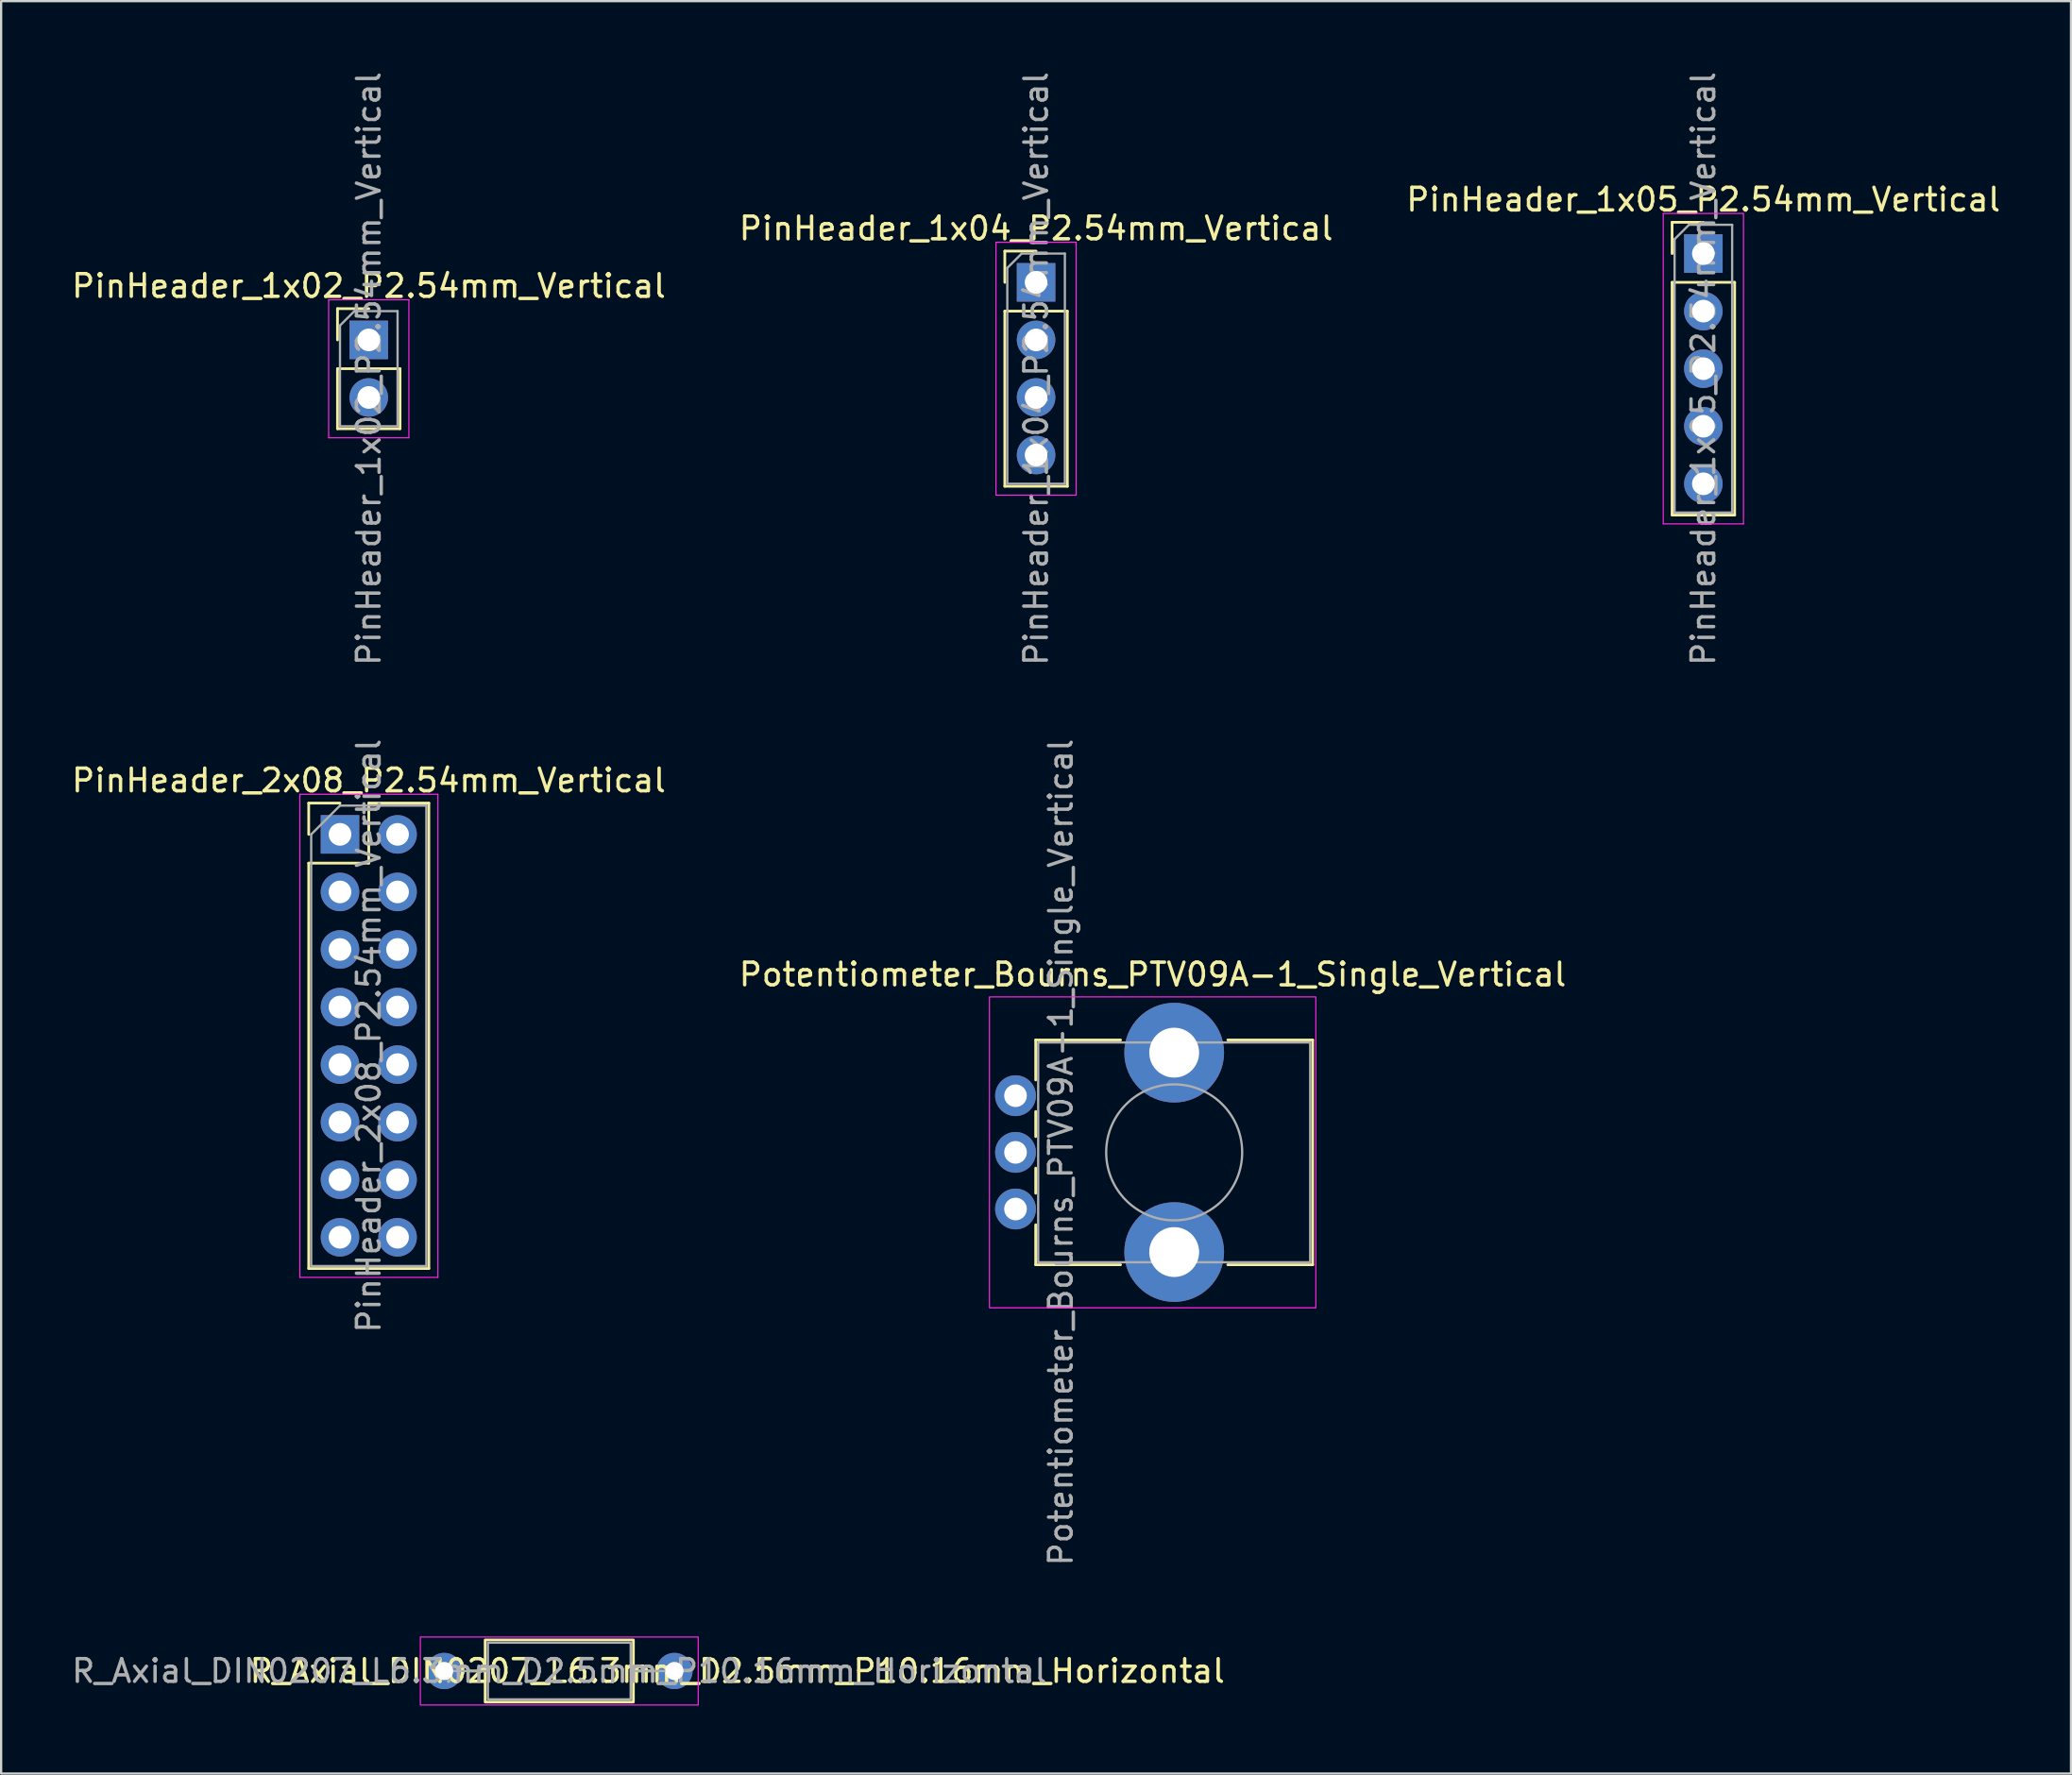
<source format=kicad_pcb>
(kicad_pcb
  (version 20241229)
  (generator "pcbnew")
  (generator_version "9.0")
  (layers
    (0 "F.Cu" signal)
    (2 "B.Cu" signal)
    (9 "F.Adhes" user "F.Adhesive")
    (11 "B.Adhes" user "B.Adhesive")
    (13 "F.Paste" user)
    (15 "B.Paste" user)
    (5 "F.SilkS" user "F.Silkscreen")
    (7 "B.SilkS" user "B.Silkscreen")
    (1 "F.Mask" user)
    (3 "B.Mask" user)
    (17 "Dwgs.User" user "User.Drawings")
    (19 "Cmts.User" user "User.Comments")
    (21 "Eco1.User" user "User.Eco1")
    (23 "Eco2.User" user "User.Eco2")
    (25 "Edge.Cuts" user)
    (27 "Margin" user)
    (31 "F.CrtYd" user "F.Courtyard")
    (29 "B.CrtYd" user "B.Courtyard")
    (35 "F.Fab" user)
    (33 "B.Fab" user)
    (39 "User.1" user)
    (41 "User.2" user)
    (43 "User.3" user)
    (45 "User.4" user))
  (footprint "Potentiometer_Bourns_PTV09A-1_Single_Vertical"
    (layer "F.Cu")
    (at 41.754 50.304)
    (property "Reference" "Potentiometer_Bourns_PTV09A-1_Single_Vertical" (at 6.05 -10.35 0) (layer "F.SilkS") (effects (font (size 1 1) (thickness 0.15))))
    (attr through_hole)
    (fp_line (start 0.89 -7.46) (end 4.635 -7.46) (stroke (width 0.12) (type solid)) (layer "F.SilkS"))
    (fp_line (start 0.89 -5.696) (end 0.89 -7.46) (stroke (width 0.12) (type solid)) (layer "F.SilkS"))
    (fp_line (start 0.89 -3.196) (end 0.89 -4.304) (stroke (width 0.12) (type solid)) (layer "F.SilkS"))
    (fp_line (start 0.89 -0.696) (end 0.89 -1.804) (stroke (width 0.12) (type solid)) (layer "F.SilkS"))
    (fp_line (start 0.89 2.46) (end 0.89 0.696) (stroke (width 0.12) (type solid)) (layer "F.SilkS"))
    (fp_line (start 4.635 2.46) (end 0.89 2.46) (stroke (width 0.12) (type solid)) (layer "F.SilkS"))
    (fp_line (start 9.365 -7.46) (end 13.11 -7.46) (stroke (width 0.12) (type solid)) (layer "F.SilkS"))
    (fp_line (start 13.11 -7.46) (end 13.11 2.46) (stroke (width 0.12) (type solid)) (layer "F.SilkS"))
    (fp_line (start 13.11 2.46) (end 9.365 2.46) (stroke (width 0.12) (type solid)) (layer "F.SilkS"))
    (fp_rect (start -1.15 -9.36) (end 13.25 4.36) (stroke (width 0.05) (type solid)) (fill no) (layer "F.CrtYd"))
    (fp_rect (start 1 -7.35) (end 13 2.35) (stroke (width 0.1) (type solid)) (fill no) (layer "F.Fab"))
    (fp_circle (center 7 -2.5) (end 10 -2.5) (stroke (width 0.1) (type solid)) (fill no) (layer "F.Fab"))
    (fp_text user "${REFERENCE}" (at 2 -2.5 90) (layer "F.Fab") (effects (font (size 1 1) (thickness 0.15))))
    (pad "1" thru_hole circle (at 0 0) (size 1.8 1.8) (drill 1) (layers "*.Cu" "*.Mask"))
    (pad "2" thru_hole circle (at 0 -2.5) (size 1.8 1.8) (drill 1) (layers "*.Cu" "*.Mask"))
    (pad "3" thru_hole circle (at 0 -5) (size 1.8 1.8) (drill 1) (layers "*.Cu" "*.Mask"))
    (pad "MP" thru_hole circle (at 7 -6.9) (size 4.4 4.4) (drill 2.2) (layers "*.Cu" "*.Mask"))
    (pad "MP" thru_hole circle (at 7 1.9) (size 4.4 4.4) (drill 2.2) (layers "*.Cu" "*.Mask")))
  (footprint "R_Axial_DIN0207_L6.3mm_D2.5mm_P10.16mm_Horizontal"
    (layer "F.Cu")
    (at 16.545 70.692)
    (property "Reference" "R_Axial_DIN0207_L6.3mm_D2.5mm_P10.16mm_Horizontal" (at 12.935 0 0) (layer "F.SilkS") (effects (font (size 1 1) (thickness 0.15))))
    (attr through_hole)
    (fp_line (start 1.04 0) (end 1.81 0) (stroke (width 0.12) (type solid)) (layer "F.SilkS"))
    (fp_line (start 9.12 0) (end 8.35 0) (stroke (width 0.12) (type solid)) (layer "F.SilkS"))
    (fp_rect (start 1.81 -1.37) (end 8.35 1.37) (stroke (width 0.12) (type solid)) (fill no) (layer "F.SilkS"))
    (fp_rect (start -1.05 -1.5) (end 11.21 1.5) (stroke (width 0.05) (type solid)) (fill no) (layer "F.CrtYd"))
    (fp_line (start 0 0) (end 1.93 0) (stroke (width 0.1) (type solid)) (layer "F.Fab"))
    (fp_line (start 10.16 0) (end 8.23 0) (stroke (width 0.1) (type solid)) (layer "F.Fab"))
    (fp_rect (start 1.93 -1.25) (end 8.23 1.25) (stroke (width 0.1) (type solid)) (fill no) (layer "F.Fab"))
    (fp_text user "${REFERENCE}" (at 5.08 0 0) (layer "F.Fab") (effects (font (size 1 1) (thickness 0.15))))
    (pad "1" thru_hole circle (at 0 0) (size 1.6 1.6) (drill 0.8) (layers "*.Cu" "*.Mask"))
    (pad "2" thru_hole circle (at 10.16 0) (size 1.6 1.6) (drill 0.8) (layers "*.Cu" "*.Mask")))
  (footprint "PinHeader_1x02_P2.54mm_Vertical"
    (layer "F.Cu")
    (at 13.22 11.95)
    (property "Reference" "PinHeader_1x02_P2.54mm_Vertical" (at 0 -2.38 0) (layer "F.SilkS") (effects (font (size 1 1) (thickness 0.15))))
    (attr through_hole)
    (fp_line (start -1.38 -1.38) (end 0 -1.38) (stroke (width 0.12) (type solid)) (layer "F.SilkS"))
    (fp_line (start -1.38 0) (end -1.38 -1.38) (stroke (width 0.12) (type solid)) (layer "F.SilkS"))
    (fp_line (start -1.38 1.27) (end -1.38 3.92) (stroke (width 0.12) (type solid)) (layer "F.SilkS"))
    (fp_line (start -1.38 1.27) (end 1.38 1.27) (stroke (width 0.12) (type solid)) (layer "F.SilkS"))
    (fp_line (start -1.38 3.92) (end 1.38 3.92) (stroke (width 0.12) (type solid)) (layer "F.SilkS"))
    (fp_line (start 1.38 1.27) (end 1.38 3.92) (stroke (width 0.12) (type solid)) (layer "F.SilkS"))
    (fp_line (start -1.77 -1.77) (end -1.77 4.32) (stroke (width 0.05) (type solid)) (layer "F.CrtYd"))
    (fp_line (start -1.77 4.32) (end 1.77 4.32) (stroke (width 0.05) (type solid)) (layer "F.CrtYd"))
    (fp_line (start 1.77 -1.77) (end -1.77 -1.77) (stroke (width 0.05) (type solid)) (layer "F.CrtYd"))
    (fp_line (start 1.77 4.32) (end 1.77 -1.77) (stroke (width 0.05) (type solid)) (layer "F.CrtYd"))
    (fp_line (start -1.27 -0.635) (end -0.635 -1.27) (stroke (width 0.1) (type solid)) (layer "F.Fab"))
    (fp_line (start -1.27 3.81) (end -1.27 -0.635) (stroke (width 0.1) (type solid)) (layer "F.Fab"))
    (fp_line (start -0.635 -1.27) (end 1.27 -1.27) (stroke (width 0.1) (type solid)) (layer "F.Fab"))
    (fp_line (start 1.27 -1.27) (end 1.27 3.81) (stroke (width 0.1) (type solid)) (layer "F.Fab"))
    (fp_line (start 1.27 3.81) (end -1.27 3.81) (stroke (width 0.1) (type solid)) (layer "F.Fab"))
    (fp_text user "${REFERENCE}" (at 0 1.27 270) (layer "F.Fab") (effects (font (size 1 1) (thickness 0.15))))
    (pad "1" thru_hole rect (at 0 0) (size 1.7 1.7) (drill 1) (layers "*.Cu" "*.Mask"))
    (pad "2" thru_hole circle (at 0 2.54) (size 1.7 1.7) (drill 1) (layers "*.Cu" "*.Mask")))
  (footprint "PinHeader_1x05_P2.54mm_Vertical"
    (layer "F.Cu")
    (at 72.101 8.14)
    (property "Reference" "PinHeader_1x05_P2.54mm_Vertical" (at 0 -2.38 0) (layer "F.SilkS") (effects (font (size 1 1) (thickness 0.15))))
    (attr through_hole)
    (fp_line (start -1.38 -1.38) (end 0 -1.38) (stroke (width 0.12) (type solid)) (layer "F.SilkS"))
    (fp_line (start -1.38 0) (end -1.38 -1.38) (stroke (width 0.12) (type solid)) (layer "F.SilkS"))
    (fp_line (start -1.38 1.27) (end -1.38 11.54) (stroke (width 0.12) (type solid)) (layer "F.SilkS"))
    (fp_line (start -1.38 1.27) (end 1.38 1.27) (stroke (width 0.12) (type solid)) (layer "F.SilkS"))
    (fp_line (start -1.38 11.54) (end 1.38 11.54) (stroke (width 0.12) (type solid)) (layer "F.SilkS"))
    (fp_line (start 1.38 1.27) (end 1.38 11.54) (stroke (width 0.12) (type solid)) (layer "F.SilkS"))
    (fp_line (start -1.77 -1.77) (end -1.77 11.93) (stroke (width 0.05) (type solid)) (layer "F.CrtYd"))
    (fp_line (start -1.77 11.93) (end 1.77 11.93) (stroke (width 0.05) (type solid)) (layer "F.CrtYd"))
    (fp_line (start 1.77 -1.77) (end -1.77 -1.77) (stroke (width 0.05) (type solid)) (layer "F.CrtYd"))
    (fp_line (start 1.77 11.93) (end 1.77 -1.77) (stroke (width 0.05) (type solid)) (layer "F.CrtYd"))
    (fp_line (start -1.27 -0.635) (end -0.635 -1.27) (stroke (width 0.1) (type solid)) (layer "F.Fab"))
    (fp_line (start -1.27 11.43) (end -1.27 -0.635) (stroke (width 0.1) (type solid)) (layer "F.Fab"))
    (fp_line (start -0.635 -1.27) (end 1.27 -1.27) (stroke (width 0.1) (type solid)) (layer "F.Fab"))
    (fp_line (start 1.27 -1.27) (end 1.27 11.43) (stroke (width 0.1) (type solid)) (layer "F.Fab"))
    (fp_line (start 1.27 11.43) (end -1.27 11.43) (stroke (width 0.1) (type solid)) (layer "F.Fab"))
    (fp_text user "${REFERENCE}" (at 0 5.08 270) (layer "F.Fab") (effects (font (size 1 1) (thickness 0.15))))
    (pad "1" thru_hole rect (at 0 0) (size 1.7 1.7) (drill 1) (layers "*.Cu" "*.Mask"))
    (pad "2" thru_hole circle (at 0 2.54) (size 1.7 1.7) (drill 1) (layers "*.Cu" "*.Mask"))
    (pad "3" thru_hole circle (at 0 5.08) (size 1.7 1.7) (drill 1) (layers "*.Cu" "*.Mask"))
    (pad "4" thru_hole circle (at 0 7.62) (size 1.7 1.7) (drill 1) (layers "*.Cu" "*.Mask"))
    (pad "5" thru_hole circle (at 0 10.16) (size 1.7 1.7) (drill 1) (layers "*.Cu" "*.Mask")))
  (footprint "PinHeader_1x04_P2.54mm_Vertical"
    (layer "F.Cu")
    (at 42.661 9.41)
    (property "Reference" "PinHeader_1x04_P2.54mm_Vertical" (at 0 -2.38 0) (layer "F.SilkS") (effects (font (size 1 1) (thickness 0.15))))
    (attr through_hole)
    (fp_line (start -1.38 -1.38) (end 0 -1.38) (stroke (width 0.12) (type solid)) (layer "F.SilkS"))
    (fp_line (start -1.38 0) (end -1.38 -1.38) (stroke (width 0.12) (type solid)) (layer "F.SilkS"))
    (fp_line (start -1.38 1.27) (end -1.38 9) (stroke (width 0.12) (type solid)) (layer "F.SilkS"))
    (fp_line (start -1.38 1.27) (end 1.38 1.27) (stroke (width 0.12) (type solid)) (layer "F.SilkS"))
    (fp_line (start -1.38 9) (end 1.38 9) (stroke (width 0.12) (type solid)) (layer "F.SilkS"))
    (fp_line (start 1.38 1.27) (end 1.38 9) (stroke (width 0.12) (type solid)) (layer "F.SilkS"))
    (fp_line (start -1.77 -1.77) (end -1.77 9.39) (stroke (width 0.05) (type solid)) (layer "F.CrtYd"))
    (fp_line (start -1.77 9.39) (end 1.77 9.39) (stroke (width 0.05) (type solid)) (layer "F.CrtYd"))
    (fp_line (start 1.77 -1.77) (end -1.77 -1.77) (stroke (width 0.05) (type solid)) (layer "F.CrtYd"))
    (fp_line (start 1.77 9.39) (end 1.77 -1.77) (stroke (width 0.05) (type solid)) (layer "F.CrtYd"))
    (fp_line (start -1.27 -0.635) (end -0.635 -1.27) (stroke (width 0.1) (type solid)) (layer "F.Fab"))
    (fp_line (start -1.27 8.89) (end -1.27 -0.635) (stroke (width 0.1) (type solid)) (layer "F.Fab"))
    (fp_line (start -0.635 -1.27) (end 1.27 -1.27) (stroke (width 0.1) (type solid)) (layer "F.Fab"))
    (fp_line (start 1.27 -1.27) (end 1.27 8.89) (stroke (width 0.1) (type solid)) (layer "F.Fab"))
    (fp_line (start 1.27 8.89) (end -1.27 8.89) (stroke (width 0.1) (type solid)) (layer "F.Fab"))
    (fp_text user "${REFERENCE}" (at 0 3.81 270) (layer "F.Fab") (effects (font (size 1 1) (thickness 0.15))))
    (pad "1" thru_hole rect (at 0 0) (size 1.7 1.7) (drill 1) (layers "*.Cu" "*.Mask"))
    (pad "2" thru_hole circle (at 0 2.54) (size 1.7 1.7) (drill 1) (layers "*.Cu" "*.Mask"))
    (pad "3" thru_hole circle (at 0 5.08) (size 1.7 1.7) (drill 1) (layers "*.Cu" "*.Mask"))
    (pad "4" thru_hole circle (at 0 7.62) (size 1.7 1.7) (drill 1) (layers "*.Cu" "*.Mask")))
  (footprint "PinHeader_2x08_P2.54mm_Vertical"
    (layer "F.Cu")
    (at 11.95 33.771)
    (property "Reference" "PinHeader_2x08_P2.54mm_Vertical" (at 1.27 -2.38 0) (layer "F.SilkS") (effects (font (size 1 1) (thickness 0.15))))
    (attr through_hole)
    (fp_line (start -1.38 -1.38) (end 0 -1.38) (stroke (width 0.12) (type solid)) (layer "F.SilkS"))
    (fp_line (start -1.38 0) (end -1.38 -1.38) (stroke (width 0.12) (type solid)) (layer "F.SilkS"))
    (fp_line (start -1.38 1.27) (end -1.38 19.16) (stroke (width 0.12) (type solid)) (layer "F.SilkS"))
    (fp_line (start -1.38 1.27) (end 1.27 1.27) (stroke (width 0.12) (type solid)) (layer "F.SilkS"))
    (fp_line (start -1.38 19.16) (end 3.92 19.16) (stroke (width 0.12) (type solid)) (layer "F.SilkS"))
    (fp_line (start 1.27 -1.38) (end 3.92 -1.38) (stroke (width 0.12) (type solid)) (layer "F.SilkS"))
    (fp_line (start 1.27 1.27) (end 1.27 -1.38) (stroke (width 0.12) (type solid)) (layer "F.SilkS"))
    (fp_line (start 3.92 -1.38) (end 3.92 19.16) (stroke (width 0.12) (type solid)) (layer "F.SilkS"))
    (fp_line (start -1.77 -1.77) (end -1.77 19.55) (stroke (width 0.05) (type solid)) (layer "F.CrtYd"))
    (fp_line (start -1.77 19.55) (end 4.32 19.55) (stroke (width 0.05) (type solid)) (layer "F.CrtYd"))
    (fp_line (start 4.32 -1.77) (end -1.77 -1.77) (stroke (width 0.05) (type solid)) (layer "F.CrtYd"))
    (fp_line (start 4.32 19.55) (end 4.32 -1.77) (stroke (width 0.05) (type solid)) (layer "F.CrtYd"))
    (fp_line (start -1.27 0) (end 0 -1.27) (stroke (width 0.1) (type solid)) (layer "F.Fab"))
    (fp_line (start -1.27 19.05) (end -1.27 0) (stroke (width 0.1) (type solid)) (layer "F.Fab"))
    (fp_line (start 0 -1.27) (end 3.81 -1.27) (stroke (width 0.1) (type solid)) (layer "F.Fab"))
    (fp_line (start 3.81 -1.27) (end 3.81 19.05) (stroke (width 0.1) (type solid)) (layer "F.Fab"))
    (fp_line (start 3.81 19.05) (end -1.27 19.05) (stroke (width 0.1) (type solid)) (layer "F.Fab"))
    (fp_text user "${REFERENCE}" (at 1.27 8.89 270) (layer "F.Fab") (effects (font (size 1 1) (thickness 0.15))))
    (pad "1" thru_hole rect (at 0 0) (size 1.7 1.7) (drill 1) (layers "*.Cu" "*.Mask"))
    (pad "2" thru_hole circle (at 2.54 0) (size 1.7 1.7) (drill 1) (layers "*.Cu" "*.Mask"))
    (pad "3" thru_hole circle (at 0 2.54) (size 1.7 1.7) (drill 1) (layers "*.Cu" "*.Mask"))
    (pad "4" thru_hole circle (at 2.54 2.54) (size 1.7 1.7) (drill 1) (layers "*.Cu" "*.Mask"))
    (pad "5" thru_hole circle (at 0 5.08) (size 1.7 1.7) (drill 1) (layers "*.Cu" "*.Mask"))
    (pad "6" thru_hole circle (at 2.54 5.08) (size 1.7 1.7) (drill 1) (layers "*.Cu" "*.Mask"))
    (pad "7" thru_hole circle (at 0 7.62) (size 1.7 1.7) (drill 1) (layers "*.Cu" "*.Mask"))
    (pad "8" thru_hole circle (at 2.54 7.62) (size 1.7 1.7) (drill 1) (layers "*.Cu" "*.Mask"))
    (pad "9" thru_hole circle (at 0 10.16) (size 1.7 1.7) (drill 1) (layers "*.Cu" "*.Mask"))
    (pad "10" thru_hole circle (at 2.54 10.16) (size 1.7 1.7) (drill 1) (layers "*.Cu" "*.Mask"))
    (pad "11" thru_hole circle (at 0 12.7) (size 1.7 1.7) (drill 1) (layers "*.Cu" "*.Mask"))
    (pad "12" thru_hole circle (at 2.54 12.7) (size 1.7 1.7) (drill 1) (layers "*.Cu" "*.Mask"))
    (pad "13" thru_hole circle (at 0 15.24) (size 1.7 1.7) (drill 1) (layers "*.Cu" "*.Mask"))
    (pad "14" thru_hole circle (at 2.54 15.24) (size 1.7 1.7) (drill 1) (layers "*.Cu" "*.Mask"))
    (pad "15" thru_hole circle (at 0 17.78) (size 1.7 1.7) (drill 1) (layers "*.Cu" "*.Mask"))
    (pad "16" thru_hole circle (at 2.54 17.78) (size 1.7 1.7) (drill 1) (layers "*.Cu" "*.Mask")))
  (gr_rect
    (start -3 -3)
    (end 88.321 75.217)
    (stroke (width 0.1) (type default))
    (fill no)
    (layer "Edge.Cuts")))
</source>
